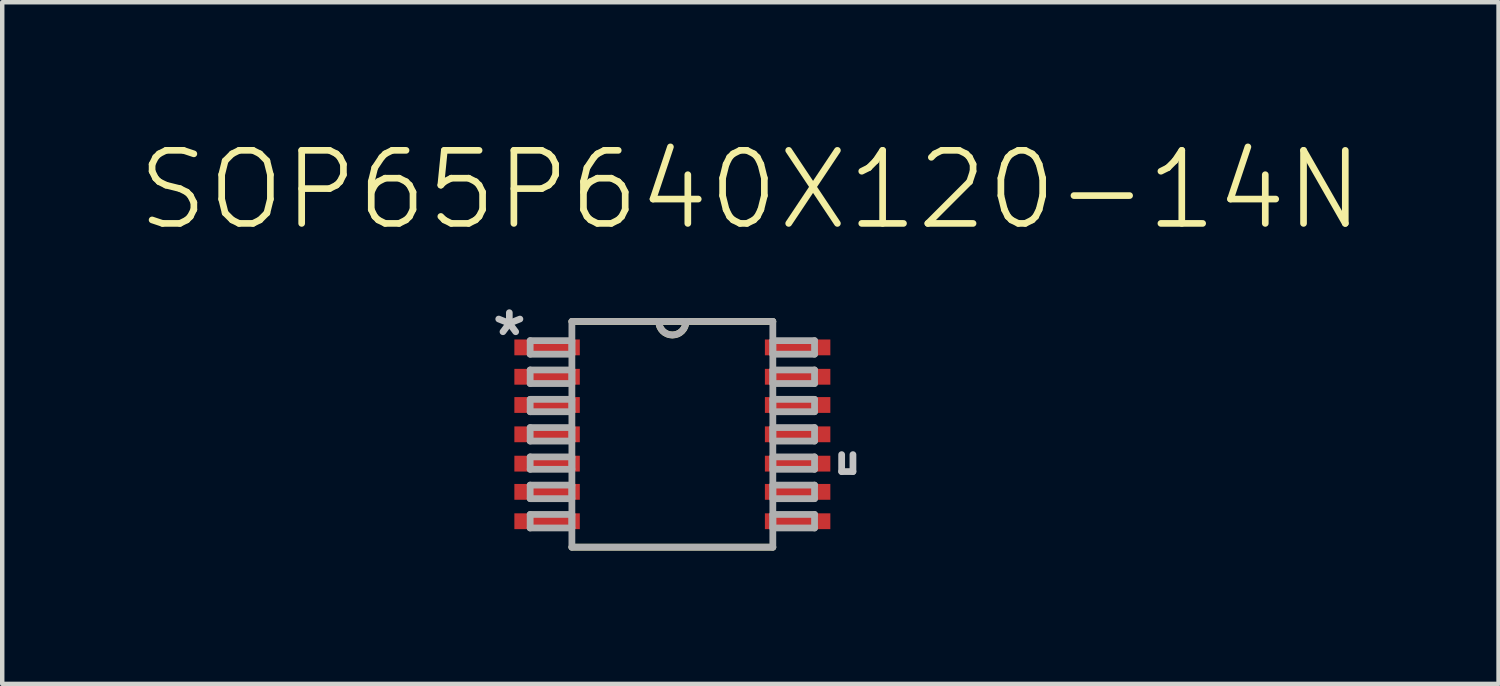
<source format=kicad_pcb>
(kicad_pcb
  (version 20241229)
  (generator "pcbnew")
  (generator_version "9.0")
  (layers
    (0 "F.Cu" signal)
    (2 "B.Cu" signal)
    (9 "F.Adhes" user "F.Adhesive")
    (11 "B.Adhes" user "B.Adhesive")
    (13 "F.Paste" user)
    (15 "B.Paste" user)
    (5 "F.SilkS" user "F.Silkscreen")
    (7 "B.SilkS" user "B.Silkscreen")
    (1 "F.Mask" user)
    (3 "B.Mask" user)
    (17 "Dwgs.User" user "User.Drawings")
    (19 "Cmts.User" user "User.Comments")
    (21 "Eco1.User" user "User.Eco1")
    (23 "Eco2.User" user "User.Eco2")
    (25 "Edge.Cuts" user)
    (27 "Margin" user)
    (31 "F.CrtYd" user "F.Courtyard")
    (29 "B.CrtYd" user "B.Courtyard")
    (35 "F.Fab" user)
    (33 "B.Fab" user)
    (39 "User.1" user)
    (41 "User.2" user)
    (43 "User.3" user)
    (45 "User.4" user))
  (footprint "SOP65P640X120-14N"
    (layer "F.Cu")
    (at 12.081 6.724)
    (property "Reference" "SOP65P640X120-14N" (at 1.757 -5.499 0) (layer "F.SilkS") (effects (font (size 1.644 1.644) (thickness 0.15))))
    (attr smd)
    (fp_line (start -2.261 2.54) (end 2.261 2.54) (stroke (width 0.152) (type solid)) (layer "F.SilkS"))
    (fp_line (start -0.305 -2.54) (end -2.261 -2.54) (stroke (width 0.152) (type solid)) (layer "F.SilkS"))
    (fp_line (start 0.305 -2.54) (end -0.305 -2.54) (stroke (width 0.152) (type solid)) (layer "F.SilkS"))
    (fp_line (start 2.261 -2.54) (end 0.305 -2.54) (stroke (width 0.152) (type solid)) (layer "F.SilkS"))
    (fp_arc (start 0.3048 -2.54) (mid 0 -2.2352) (end -0.3048 -2.54) (stroke (width 0.1524) (type solid)) (layer "F.SilkS"))
    (fp_line (start 3.81 0.838) (end 3.81 0.457) (stroke (width 0.152) (type solid)) (layer "Dwgs.User"))
    (fp_line (start 4.064 0.457) (end 4.064 0.838) (stroke (width 0.152) (type solid)) (layer "Dwgs.User"))
    (fp_line (start 4.064 0.838) (end 3.81 0.838) (stroke (width 0.152) (type solid)) (layer "Dwgs.User"))
    (fp_line (start -3.2 -2.108) (end -3.2 -1.803) (stroke (width 0.152) (type solid)) (layer "F.Fab"))
    (fp_line (start -3.2 -1.803) (end -2.261 -1.803) (stroke (width 0.152) (type solid)) (layer "F.Fab"))
    (fp_line (start -3.2 -1.448) (end -3.2 -1.143) (stroke (width 0.152) (type solid)) (layer "F.Fab"))
    (fp_line (start -3.2 -1.143) (end -2.261 -1.143) (stroke (width 0.152) (type solid)) (layer "F.Fab"))
    (fp_line (start -3.2 -0.787) (end -3.2 -0.508) (stroke (width 0.152) (type solid)) (layer "F.Fab"))
    (fp_line (start -3.2 -0.508) (end -2.261 -0.508) (stroke (width 0.152) (type solid)) (layer "F.Fab"))
    (fp_line (start -3.2 -0.152) (end -3.2 0.152) (stroke (width 0.152) (type solid)) (layer "F.Fab"))
    (fp_line (start -3.2 0.152) (end -2.261 0.152) (stroke (width 0.152) (type solid)) (layer "F.Fab"))
    (fp_line (start -3.2 0.508) (end -3.2 0.787) (stroke (width 0.152) (type solid)) (layer "F.Fab"))
    (fp_line (start -3.2 0.787) (end -2.261 0.787) (stroke (width 0.152) (type solid)) (layer "F.Fab"))
    (fp_line (start -3.2 1.143) (end -3.2 1.448) (stroke (width 0.152) (type solid)) (layer "F.Fab"))
    (fp_line (start -3.2 1.448) (end -2.261 1.448) (stroke (width 0.152) (type solid)) (layer "F.Fab"))
    (fp_line (start -3.2 1.803) (end -3.2 2.108) (stroke (width 0.152) (type solid)) (layer "F.Fab"))
    (fp_line (start -3.2 2.108) (end -2.261 2.108) (stroke (width 0.152) (type solid)) (layer "F.Fab"))
    (fp_line (start -2.261 -2.54) (end -2.261 2.54) (stroke (width 0.152) (type solid)) (layer "F.Fab"))
    (fp_line (start -2.261 -2.108) (end -3.2 -2.108) (stroke (width 0.152) (type solid)) (layer "F.Fab"))
    (fp_line (start -2.261 -1.803) (end -2.261 -2.108) (stroke (width 0.152) (type solid)) (layer "F.Fab"))
    (fp_line (start -2.261 -1.448) (end -3.2 -1.448) (stroke (width 0.152) (type solid)) (layer "F.Fab"))
    (fp_line (start -2.261 -1.143) (end -2.261 -1.448) (stroke (width 0.152) (type solid)) (layer "F.Fab"))
    (fp_line (start -2.261 -0.787) (end -3.2 -0.787) (stroke (width 0.152) (type solid)) (layer "F.Fab"))
    (fp_line (start -2.261 -0.508) (end -2.261 -0.787) (stroke (width 0.152) (type solid)) (layer "F.Fab"))
    (fp_line (start -2.261 -0.152) (end -3.2 -0.152) (stroke (width 0.152) (type solid)) (layer "F.Fab"))
    (fp_line (start -2.261 0.152) (end -2.261 -0.152) (stroke (width 0.152) (type solid)) (layer "F.Fab"))
    (fp_line (start -2.261 0.508) (end -3.2 0.508) (stroke (width 0.152) (type solid)) (layer "F.Fab"))
    (fp_line (start -2.261 0.787) (end -2.261 0.508) (stroke (width 0.152) (type solid)) (layer "F.Fab"))
    (fp_line (start -2.261 1.143) (end -3.2 1.143) (stroke (width 0.152) (type solid)) (layer "F.Fab"))
    (fp_line (start -2.261 1.448) (end -2.261 1.143) (stroke (width 0.152) (type solid)) (layer "F.Fab"))
    (fp_line (start -2.261 1.803) (end -3.2 1.803) (stroke (width 0.152) (type solid)) (layer "F.Fab"))
    (fp_line (start -2.261 2.108) (end -2.261 1.803) (stroke (width 0.152) (type solid)) (layer "F.Fab"))
    (fp_line (start -2.261 2.54) (end 2.261 2.54) (stroke (width 0.152) (type solid)) (layer "F.Fab"))
    (fp_line (start -0.305 -2.54) (end -2.261 -2.54) (stroke (width 0.152) (type solid)) (layer "F.Fab"))
    (fp_line (start 0.305 -2.54) (end -0.305 -2.54) (stroke (width 0.152) (type solid)) (layer "F.Fab"))
    (fp_line (start 2.261 -2.54) (end 0.305 -2.54) (stroke (width 0.152) (type solid)) (layer "F.Fab"))
    (fp_line (start 2.261 -2.108) (end 2.261 -1.803) (stroke (width 0.152) (type solid)) (layer "F.Fab"))
    (fp_line (start 2.261 -1.803) (end 3.2 -1.803) (stroke (width 0.152) (type solid)) (layer "F.Fab"))
    (fp_line (start 2.261 -1.448) (end 2.261 -1.143) (stroke (width 0.152) (type solid)) (layer "F.Fab"))
    (fp_line (start 2.261 -1.143) (end 3.2 -1.143) (stroke (width 0.152) (type solid)) (layer "F.Fab"))
    (fp_line (start 2.261 -0.787) (end 2.261 -0.508) (stroke (width 0.152) (type solid)) (layer "F.Fab"))
    (fp_line (start 2.261 -0.508) (end 3.2 -0.508) (stroke (width 0.152) (type solid)) (layer "F.Fab"))
    (fp_line (start 2.261 -0.152) (end 2.261 0.152) (stroke (width 0.152) (type solid)) (layer "F.Fab"))
    (fp_line (start 2.261 0.152) (end 3.2 0.152) (stroke (width 0.152) (type solid)) (layer "F.Fab"))
    (fp_line (start 2.261 0.508) (end 2.261 0.787) (stroke (width 0.152) (type solid)) (layer "F.Fab"))
    (fp_line (start 2.261 0.787) (end 3.2 0.787) (stroke (width 0.152) (type solid)) (layer "F.Fab"))
    (fp_line (start 2.261 1.143) (end 2.261 1.448) (stroke (width 0.152) (type solid)) (layer "F.Fab"))
    (fp_line (start 2.261 1.448) (end 3.2 1.448) (stroke (width 0.152) (type solid)) (layer "F.Fab"))
    (fp_line (start 2.261 1.803) (end 2.261 2.108) (stroke (width 0.152) (type solid)) (layer "F.Fab"))
    (fp_line (start 2.261 2.108) (end 3.2 2.108) (stroke (width 0.152) (type solid)) (layer "F.Fab"))
    (fp_line (start 2.261 2.54) (end 2.261 -2.54) (stroke (width 0.152) (type solid)) (layer "F.Fab"))
    (fp_line (start 3.2 -2.108) (end 2.261 -2.108) (stroke (width 0.152) (type solid)) (layer "F.Fab"))
    (fp_line (start 3.2 -1.803) (end 3.2 -2.108) (stroke (width 0.152) (type solid)) (layer "F.Fab"))
    (fp_line (start 3.2 -1.448) (end 2.261 -1.448) (stroke (width 0.152) (type solid)) (layer "F.Fab"))
    (fp_line (start 3.2 -1.143) (end 3.2 -1.448) (stroke (width 0.152) (type solid)) (layer "F.Fab"))
    (fp_line (start 3.2 -0.787) (end 2.261 -0.787) (stroke (width 0.152) (type solid)) (layer "F.Fab"))
    (fp_line (start 3.2 -0.508) (end 3.2 -0.787) (stroke (width 0.152) (type solid)) (layer "F.Fab"))
    (fp_line (start 3.2 -0.152) (end 2.261 -0.152) (stroke (width 0.152) (type solid)) (layer "F.Fab"))
    (fp_line (start 3.2 0.152) (end 3.2 -0.152) (stroke (width 0.152) (type solid)) (layer "F.Fab"))
    (fp_line (start 3.2 0.508) (end 2.261 0.508) (stroke (width 0.152) (type solid)) (layer "F.Fab"))
    (fp_line (start 3.2 0.787) (end 3.2 0.508) (stroke (width 0.152) (type solid)) (layer "F.Fab"))
    (fp_line (start 3.2 1.143) (end 2.261 1.143) (stroke (width 0.152) (type solid)) (layer "F.Fab"))
    (fp_line (start 3.2 1.448) (end 3.2 1.143) (stroke (width 0.152) (type solid)) (layer "F.Fab"))
    (fp_line (start 3.2 1.803) (end 2.261 1.803) (stroke (width 0.152) (type solid)) (layer "F.Fab"))
    (fp_line (start 3.2 2.108) (end 3.2 1.803) (stroke (width 0.152) (type solid)) (layer "F.Fab"))
    (fp_arc (start 0.3048 -2.54) (mid 0 -2.2352) (end -0.3048 -2.54) (stroke (width 0.1524) (type solid)) (layer "F.Fab"))
    (fp_text user "*" (at -3.669 -2.191 0) (layer "Dwgs.User") (effects (font (size 1.003 1.003) (thickness 0.15))))
    (pad "1" smd rect (at -2.819 -1.956) (size 1.473 0.356) (layers "F.Cu" "F.Mask" "F.Paste"))
    (pad "2" smd rect (at -2.819 -1.295) (size 1.473 0.356) (layers "F.Cu" "F.Mask" "F.Paste"))
    (pad "3" smd rect (at -2.819 -0.66) (size 1.473 0.356) (layers "F.Cu" "F.Mask" "F.Paste"))
    (pad "4" smd rect (at -2.819 0) (size 1.473 0.356) (layers "F.Cu" "F.Mask" "F.Paste"))
    (pad "5" smd rect (at -2.819 0.66) (size 1.473 0.356) (layers "F.Cu" "F.Mask" "F.Paste"))
    (pad "6" smd rect (at -2.819 1.295) (size 1.473 0.356) (layers "F.Cu" "F.Mask" "F.Paste"))
    (pad "7" smd rect (at -2.819 1.956) (size 1.473 0.356) (layers "F.Cu" "F.Mask" "F.Paste"))
    (pad "8" smd rect (at 2.819 1.956) (size 1.473 0.356) (layers "F.Cu" "F.Mask" "F.Paste"))
    (pad "9" smd rect (at 2.819 1.295) (size 1.473 0.356) (layers "F.Cu" "F.Mask" "F.Paste"))
    (pad "10" smd rect (at 2.819 0.66) (size 1.473 0.356) (layers "F.Cu" "F.Mask" "F.Paste"))
    (pad "11" smd rect (at 2.819 0) (size 1.473 0.356) (layers "F.Cu" "F.Mask" "F.Paste"))
    (pad "12" smd rect (at 2.819 -0.66) (size 1.473 0.356) (layers "F.Cu" "F.Mask" "F.Paste"))
    (pad "13" smd rect (at 2.819 -1.295) (size 1.473 0.356) (layers "F.Cu" "F.Mask" "F.Paste"))
    (pad "14" smd rect (at 2.819 -1.956) (size 1.473 0.356) (layers "F.Cu" "F.Mask" "F.Paste")))
  (gr_rect
    (start -3 -3)
    (end 30.674 12.34)
    (stroke (width 0.1) (type default))
    (fill no)
    (layer "Edge.Cuts")))
</source>
